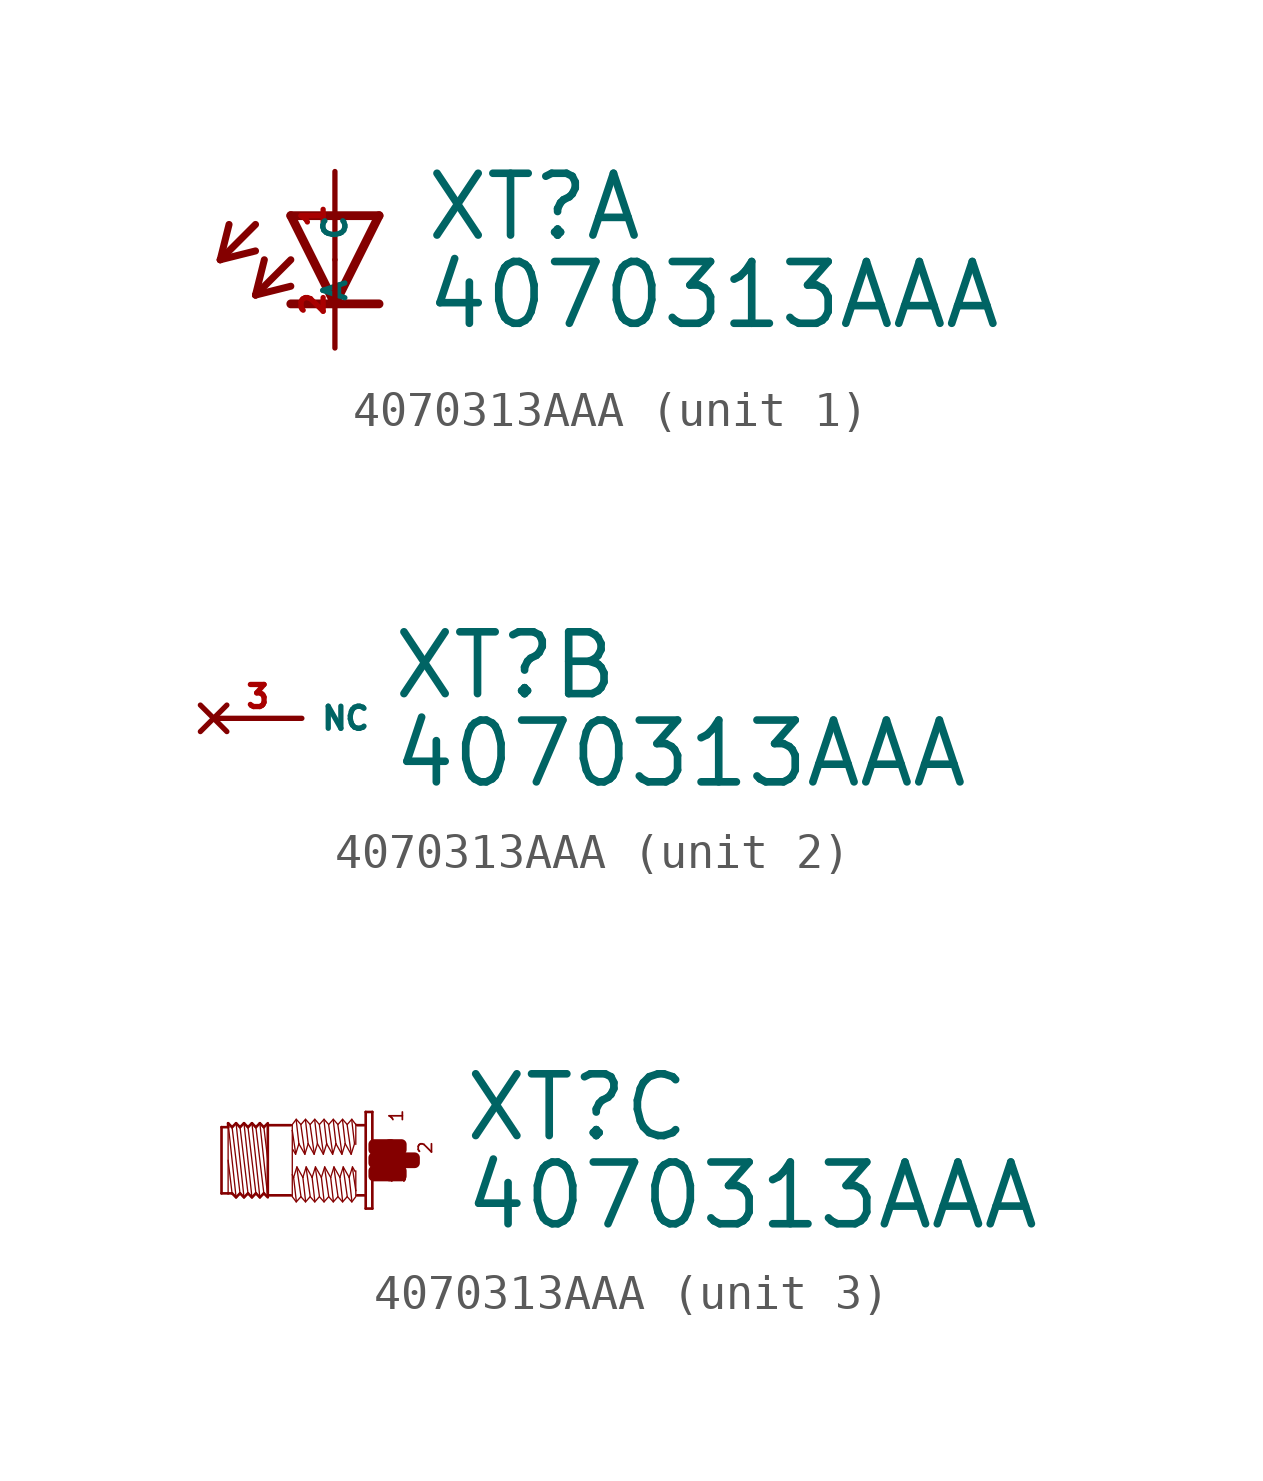
<source format=kicad_sym>
(kicad_symbol_lib
  (version 20220914)
  (generator Eagle2Kicad)
  (symbol "4070313AAA"
    (property "Reference" "XT"
      (at 2.54 0.483 0)
      (effects (font (size 1.778 1.778) (thickness 0.22)) (justify left bottom)))
    (property "Value" "4070313AAA"
      (at 2.54 -2.057 0)
      (effects (font (size 1.778 1.778) (thickness 0.22)) (justify left bottom)))
    (symbol "4070313AAA_1_0"
      (polyline (pts (xy -1.27 1.27) (xy 0 -1.27)) (stroke (width 0.254) (type default)) (fill (type none)))
      (polyline (pts (xy 0 -1.27) (xy 1.27 1.27)) (stroke (width 0.254) (type default)) (fill (type none)))
      (polyline (pts (xy 1.27 -1.27) (xy 0 -1.27)) (stroke (width 0.254) (type default)) (fill (type none)))
      (polyline (pts (xy 1.27 1.27) (xy -1.27 1.27)) (stroke (width 0.254) (type default)) (fill (type none)))
      (polyline (pts (xy 0 -1.27) (xy -1.27 -1.27)) (stroke (width 0.254) (type default)) (fill (type none)))
      (polyline (pts (xy -2.286 1.016) (xy -3.302 0)) (stroke (width 0.203) (type default)) (fill (type none)))
      (polyline (pts (xy -3.302 0) (xy -2.286 0.254)) (stroke (width 0.203) (type default)) (fill (type none)))
      (polyline (pts (xy -3.302 0) (xy -3.048 1.016)) (stroke (width 0.203) (type default)) (fill (type none)))
      (polyline (pts (xy -1.27 0) (xy -2.286 -1.016)) (stroke (width 0.203) (type default)) (fill (type none)))
      (polyline (pts (xy -2.286 -1.016) (xy -1.27 -0.762)) (stroke (width 0.203) (type default)) (fill (type none)))
      (polyline (pts (xy -2.286 -1.016) (xy -2.032 0)) (stroke (width 0.203) (type default)) (fill (type none)))
      (pin passive line (at 0 2.54 270) (length 2.54) (name "A" (effects (font (size 0.635 0.635) (thickness 0.08)) (justify left bottom))) (number "1" (effects (font (size 0.635 0.635) (thickness 0.08)) (justify left bottom))))
      (pin passive line (at 0 -2.54 90) (length 2.54) (name "C" (effects (font (size 0.635 0.635) (thickness 0.08)) (justify left bottom))) (number "2" (effects (font (size 0.635 0.635) (thickness 0.08)) (justify left bottom)))))
    (symbol "4070313AAA_2_0"
      (pin no_connect line (at -2.54 0 0) (length 2.54) (name "NC" (effects (font (size 0.635 0.635) (thickness 0.08)) (justify left bottom) hide)) (number "3" (effects (font (size 0.635 0.635) (thickness 0.08)) (justify left bottom) hide))))
    (symbol "4070313AAA_3_0"
      (polyline (pts (xy -3.048 -1.067) (xy -3.277 1.067)) (stroke (width 0.038) (type default)) (fill (type none)))
      (polyline (pts (xy -3.162 0.953) (xy -3.048 0)) (stroke (width 0.038) (type default)) (fill (type none)))
      (polyline (pts (xy -3.162 -0.953) (xy -3.391 0.953)) (stroke (width 0.038) (type default)) (fill (type none)))
      (polyline (pts (xy -3.277 -1.067) (xy -3.505 1.067)) (stroke (width 0.038) (type default)) (fill (type none)))
      (polyline (pts (xy -3.391 -0.953) (xy -3.619 0.953)) (stroke (width 0.038) (type default)) (fill (type none)))
      (polyline (pts (xy -3.505 -1.067) (xy -3.734 1.067)) (stroke (width 0.038) (type default)) (fill (type none)))
      (polyline (pts (xy -3.619 -0.953) (xy -3.848 0.953)) (stroke (width 0.038) (type default)) (fill (type none)))
      (polyline (pts (xy -3.734 -1.067) (xy -3.962 1.067)) (stroke (width 0.038) (type default)) (fill (type none)))
      (polyline (pts (xy -3.848 -0.953) (xy -4.077 0.953)) (stroke (width 0.038) (type default)) (fill (type none)))
      (polyline (pts (xy -3.962 -1.067) (xy -4.191 1.067)) (stroke (width 0.038) (type default)) (fill (type none)))
      (polyline (pts (xy -4.191 0) (xy -4.077 -0.953)) (stroke (width 0.038) (type default)) (fill (type none)))
      (polyline (pts (xy -4.191 1.029) (xy -4.191 0.953)) (stroke (width 0.038) (type default)) (fill (type none)))
      (polyline (pts (xy -4.191 0.953) (xy -4.191 -0.953)) (stroke (width 0.038) (type default)) (fill (type none)))
      (polyline (pts (xy -4.381 -0.953) (xy -4.381 0.953)) (stroke (width 0.076) (type default)) (fill (type none)))
      (polyline (pts (xy -4.381 0.953) (xy -4.191 0.953)) (stroke (width 0.076) (type default)) (fill (type none)))
      (polyline (pts (xy -4.191 0.953) (xy -4.191 1.067)) (stroke (width 0.076) (type default)) (fill (type none)))
      (polyline (pts (xy -4.191 1.067) (xy -4.077 0.953)) (stroke (width 0.076) (type default)) (fill (type none)))
      (polyline (pts (xy -4.077 0.953) (xy -3.962 1.067)) (stroke (width 0.076) (type default)) (fill (type none)))
      (polyline (pts (xy -3.962 1.067) (xy -3.848 0.953)) (stroke (width 0.076) (type default)) (fill (type none)))
      (polyline (pts (xy -3.848 0.953) (xy -3.734 1.067)) (stroke (width 0.076) (type default)) (fill (type none)))
      (polyline (pts (xy -3.734 1.067) (xy -3.619 0.953)) (stroke (width 0.076) (type default)) (fill (type none)))
      (polyline (pts (xy -3.619 0.953) (xy -3.505 1.067)) (stroke (width 0.076) (type default)) (fill (type none)))
      (polyline (pts (xy -3.277 1.067) (xy -3.162 0.953)) (stroke (width 0.076) (type default)) (fill (type none)))
      (polyline (pts (xy -3.162 0.953) (xy -3.048 1.067)) (stroke (width 0.076) (type default)) (fill (type none)))
      (polyline (pts (xy -3.048 -1.067) (xy -3.162 -0.953)) (stroke (width 0.076) (type default)) (fill (type none)))
      (polyline (pts (xy -3.162 -0.953) (xy -3.277 -1.067)) (stroke (width 0.076) (type default)) (fill (type none)))
      (polyline (pts (xy -3.277 -1.067) (xy -3.391 -0.953)) (stroke (width 0.076) (type default)) (fill (type none)))
      (polyline (pts (xy -3.391 -0.953) (xy -3.505 -1.067)) (stroke (width 0.076) (type default)) (fill (type none)))
      (polyline (pts (xy -3.505 -1.067) (xy -3.619 -0.953)) (stroke (width 0.076) (type default)) (fill (type none)))
      (polyline (pts (xy -3.619 -0.953) (xy -3.734 -1.067)) (stroke (width 0.076) (type default)) (fill (type none)))
      (polyline (pts (xy -3.734 -1.067) (xy -3.848 -0.953)) (stroke (width 0.076) (type default)) (fill (type none)))
      (polyline (pts (xy -3.848 -0.953) (xy -3.962 -1.067)) (stroke (width 0.076) (type default)) (fill (type none)))
      (polyline (pts (xy -3.962 -1.067) (xy -4.077 -0.953)) (stroke (width 0.076) (type default)) (fill (type none)))
      (polyline (pts (xy -4.077 -0.953) (xy -4.191 -0.953)) (stroke (width 0.076) (type default)) (fill (type none)))
      (polyline (pts (xy -4.191 -0.953) (xy -4.381 -0.953)) (stroke (width 0.076) (type default)) (fill (type none)))
      (polyline (pts (xy -3.048 1.029) (xy -3.048 1.01)) (stroke (width 0.076) (type default)) (fill (type none)))
      (polyline (pts (xy -3.048 1.01) (xy -3.048 -1.01)) (stroke (width 0.076) (type default)) (fill (type none)))
      (polyline (pts (xy -3.048 -1.01) (xy -3.048 -1.029)) (stroke (width 0.076) (type default)) (fill (type none)))
      (polyline (pts (xy -0.038 1.391) (xy -0.038 -1.391)) (stroke (width 0.076) (type default)) (fill (type none)))
      (polyline (pts (xy -0.038 -1.391) (xy -0.229 -1.391)) (stroke (width 0.076) (type default)) (fill (type none)))
      (polyline (pts (xy -0.229 -1.391) (xy -0.229 1.391)) (stroke (width 0.076) (type default)) (fill (type none)))
      (polyline (pts (xy -0.229 1.391) (xy -0.038 1.391)) (stroke (width 0.076) (type default)) (fill (type none)))
      (polyline (pts (xy -0.267 1.01) (xy -0.476 1.01)) (stroke (width 0.076) (type default)) (fill (type none)))
      (polyline (pts (xy -0.267 -1.01) (xy -0.476 -1.01)) (stroke (width 0.076) (type default)) (fill (type none)))
      (polyline (pts (xy -2.381 -1.01) (xy -3.048 -1.01)) (stroke (width 0.076) (type default)) (fill (type none)))
      (polyline (pts (xy -3.048 1.01) (xy -2.381 1.01)) (stroke (width 0.076) (type default)) (fill (type none)))
      (polyline (pts (xy -0.514 -1.048) (xy -0.629 -1.2)) (stroke (width 0.038) (type default)) (fill (type none)))
      (polyline (pts (xy -0.629 -1.2) (xy -0.762 -1.048)) (stroke (width 0.038) (type default)) (fill (type none)))
      (polyline (pts (xy -0.762 -1.048) (xy -0.895 -1.2)) (stroke (width 0.038) (type default)) (fill (type none)))
      (polyline (pts (xy -0.895 -1.2) (xy -1.029 -1.048)) (stroke (width 0.038) (type default)) (fill (type none)))
      (polyline (pts (xy -1.029 -1.048) (xy -1.162 -1.2)) (stroke (width 0.038) (type default)) (fill (type none)))
      (polyline (pts (xy -1.162 -1.2) (xy -1.295 -1.048)) (stroke (width 0.038) (type default)) (fill (type none)))
      (polyline (pts (xy -1.295 -1.048) (xy -1.429 -1.2)) (stroke (width 0.038) (type default)) (fill (type none)))
      (polyline (pts (xy -1.429 -1.2) (xy -1.562 -1.048)) (stroke (width 0.038) (type default)) (fill (type none)))
      (polyline (pts (xy -1.562 -1.048) (xy -1.696 -1.2)) (stroke (width 0.038) (type default)) (fill (type none)))
      (polyline (pts (xy -1.696 -1.2) (xy -1.829 -1.048)) (stroke (width 0.038) (type default)) (fill (type none)))
      (polyline (pts (xy -1.829 -1.048) (xy -1.962 -1.2)) (stroke (width 0.038) (type default)) (fill (type none)))
      (polyline (pts (xy -1.962 -1.2) (xy -2.095 -1.048)) (stroke (width 0.038) (type default)) (fill (type none)))
      (polyline (pts (xy -2.095 -1.048) (xy -2.229 -1.2)) (stroke (width 0.038) (type default)) (fill (type none)))
      (polyline (pts (xy -2.229 -1.2) (xy -2.343 -1.048)) (stroke (width 0.038) (type default)) (fill (type none)))
      (polyline (pts (xy -2.343 -1.048) (xy -2.343 -0.419)) (stroke (width 0.038) (type default)) (fill (type none)))
      (polyline (pts (xy -2.343 -0.419) (xy -2.343 0.857)) (stroke (width 0.038) (type default)) (fill (type none)))
      (polyline (pts (xy -2.343 0.857) (xy -2.343 1.029)) (stroke (width 0.038) (type default)) (fill (type none)))
      (polyline (pts (xy -0.514 1.048) (xy -0.514 1.029)) (stroke (width 0.038) (type default)) (fill (type none)))
      (polyline (pts (xy -0.514 1.029) (xy -0.514 0.457)) (stroke (width 0.038) (type default)) (fill (type none)))
      (polyline (pts (xy -0.514 -0.305) (xy -0.514 -0.876)) (stroke (width 0.038) (type default)) (fill (type none)))
      (polyline (pts (xy -0.514 -0.876) (xy -0.514 -1.029)) (stroke (width 0.038) (type default)) (fill (type none)))
      (polyline (pts (xy -0.533 -0.324) (xy -0.61 -0.191)) (stroke (width 0.038) (type default)) (fill (type none)))
      (polyline (pts (xy -0.61 -0.191) (xy -0.705 -0.495)) (stroke (width 0.038) (type default)) (fill (type none)))
      (polyline (pts (xy -0.705 -0.495) (xy -0.876 -0.191)) (stroke (width 0.038) (type default)) (fill (type none)))
      (polyline (pts (xy -0.876 -0.191) (xy -0.972 -0.495)) (stroke (width 0.038) (type default)) (fill (type none)))
      (polyline (pts (xy -0.972 -0.495) (xy -1.143 -0.191)) (stroke (width 0.038) (type default)) (fill (type none)))
      (polyline (pts (xy -1.143 -0.191) (xy -1.238 -0.495)) (stroke (width 0.038) (type default)) (fill (type none)))
      (polyline (pts (xy -1.238 -0.495) (xy -1.41 -0.191)) (stroke (width 0.038) (type default)) (fill (type none)))
      (polyline (pts (xy -1.41 -0.191) (xy -1.505 -0.495)) (stroke (width 0.038) (type default)) (fill (type none)))
      (polyline (pts (xy -1.505 -0.495) (xy -1.676 -0.191)) (stroke (width 0.038) (type default)) (fill (type none)))
      (polyline (pts (xy -1.676 -0.191) (xy -1.772 -0.495)) (stroke (width 0.038) (type default)) (fill (type none)))
      (polyline (pts (xy -1.772 -0.495) (xy -1.943 -0.191)) (stroke (width 0.038) (type default)) (fill (type none)))
      (polyline (pts (xy -1.943 -0.191) (xy -2.038 -0.495)) (stroke (width 0.038) (type default)) (fill (type none)))
      (polyline (pts (xy -2.038 -0.495) (xy -2.21 -0.191)) (stroke (width 0.038) (type default)) (fill (type none)))
      (polyline (pts (xy -2.21 -0.191) (xy -2.305 -0.495)) (stroke (width 0.038) (type default)) (fill (type none)))
      (polyline (pts (xy -2.305 -0.495) (xy -2.343 -0.419)) (stroke (width 0.038) (type default)) (fill (type none)))
      (polyline (pts (xy -2.229 -1.162) (xy -2.305 -0.495)) (stroke (width 0.038) (type default)) (fill (type none)))
      (polyline (pts (xy -2.095 -1.029) (xy -2.21 -0.229)) (stroke (width 0.038) (type default)) (fill (type none)))
      (polyline (pts (xy -1.962 -1.162) (xy -2.038 -0.495)) (stroke (width 0.038) (type default)) (fill (type none)))
      (polyline (pts (xy -1.829 -1.029) (xy -1.943 -0.229)) (stroke (width 0.038) (type default)) (fill (type none)))
      (polyline (pts (xy -1.562 -1.029) (xy -1.676 -0.229)) (stroke (width 0.038) (type default)) (fill (type none)))
      (polyline (pts (xy -1.429 -1.162) (xy -1.505 -0.495)) (stroke (width 0.038) (type default)) (fill (type none)))
      (polyline (pts (xy -1.295 -1.029) (xy -1.41 -0.229)) (stroke (width 0.038) (type default)) (fill (type none)))
      (polyline (pts (xy -1.162 -1.162) (xy -1.238 -0.495)) (stroke (width 0.038) (type default)) (fill (type none)))
      (polyline (pts (xy -1.029 -1.029) (xy -1.143 -0.229)) (stroke (width 0.038) (type default)) (fill (type none)))
      (polyline (pts (xy -0.895 -1.162) (xy -0.972 -0.495)) (stroke (width 0.038) (type default)) (fill (type none)))
      (polyline (pts (xy -0.762 -1.029) (xy -0.876 -0.229)) (stroke (width 0.038) (type default)) (fill (type none)))
      (polyline (pts (xy -0.629 -1.162) (xy -0.705 -0.495)) (stroke (width 0.038) (type default)) (fill (type none)))
      (polyline (pts (xy -0.514 -0.876) (xy -0.61 -0.229)) (stroke (width 0.038) (type default)) (fill (type none)))
      (polyline (pts (xy -2.343 1.029) (xy -2.229 1.181)) (stroke (width 0.038) (type default)) (fill (type none)))
      (polyline (pts (xy -2.229 1.181) (xy -2.095 1.029)) (stroke (width 0.038) (type default)) (fill (type none)))
      (polyline (pts (xy -2.095 1.029) (xy -1.962 1.181)) (stroke (width 0.038) (type default)) (fill (type none)))
      (polyline (pts (xy -1.962 1.181) (xy -1.829 1.029)) (stroke (width 0.038) (type default)) (fill (type none)))
      (polyline (pts (xy -1.829 1.029) (xy -1.696 1.181)) (stroke (width 0.038) (type default)) (fill (type none)))
      (polyline (pts (xy -1.696 1.181) (xy -1.562 1.029)) (stroke (width 0.038) (type default)) (fill (type none)))
      (polyline (pts (xy -1.562 1.029) (xy -1.429 1.181)) (stroke (width 0.038) (type default)) (fill (type none)))
      (polyline (pts (xy -1.429 1.181) (xy -1.295 1.029)) (stroke (width 0.038) (type default)) (fill (type none)))
      (polyline (pts (xy -1.295 1.029) (xy -1.162 1.181)) (stroke (width 0.038) (type default)) (fill (type none)))
      (polyline (pts (xy -1.162 1.181) (xy -1.029 1.029)) (stroke (width 0.038) (type default)) (fill (type none)))
      (polyline (pts (xy -1.029 1.029) (xy -0.895 1.181)) (stroke (width 0.038) (type default)) (fill (type none)))
      (polyline (pts (xy -0.895 1.181) (xy -0.762 1.029)) (stroke (width 0.038) (type default)) (fill (type none)))
      (polyline (pts (xy -0.762 1.029) (xy -0.629 1.181)) (stroke (width 0.038) (type default)) (fill (type none)))
      (polyline (pts (xy -0.629 1.181) (xy -0.514 1.029)) (stroke (width 0.038) (type default)) (fill (type none)))
      (polyline (pts (xy -2.324 0.305) (xy -2.248 0.172)) (stroke (width 0.038) (type default)) (fill (type none)))
      (polyline (pts (xy -2.248 0.172) (xy -2.153 0.476)) (stroke (width 0.038) (type default)) (fill (type none)))
      (polyline (pts (xy -2.153 0.476) (xy -1.981 0.172)) (stroke (width 0.038) (type default)) (fill (type none)))
      (polyline (pts (xy -1.981 0.172) (xy -1.886 0.476)) (stroke (width 0.038) (type default)) (fill (type none)))
      (polyline (pts (xy -1.886 0.476) (xy -1.714 0.172)) (stroke (width 0.038) (type default)) (fill (type none)))
      (polyline (pts (xy -1.714 0.172) (xy -1.619 0.476)) (stroke (width 0.038) (type default)) (fill (type none)))
      (polyline (pts (xy -1.619 0.476) (xy -1.448 0.172)) (stroke (width 0.038) (type default)) (fill (type none)))
      (polyline (pts (xy -1.448 0.172) (xy -1.353 0.476)) (stroke (width 0.038) (type default)) (fill (type none)))
      (polyline (pts (xy -1.353 0.476) (xy -1.181 0.172)) (stroke (width 0.038) (type default)) (fill (type none)))
      (polyline (pts (xy -1.181 0.172) (xy -1.086 0.476)) (stroke (width 0.038) (type default)) (fill (type none)))
      (polyline (pts (xy -1.086 0.476) (xy -0.914 0.172)) (stroke (width 0.038) (type default)) (fill (type none)))
      (polyline (pts (xy -0.914 0.172) (xy -0.819 0.476)) (stroke (width 0.038) (type default)) (fill (type none)))
      (polyline (pts (xy -0.819 0.476) (xy -0.648 0.172)) (stroke (width 0.038) (type default)) (fill (type none)))
      (polyline (pts (xy -0.648 0.172) (xy -0.552 0.476)) (stroke (width 0.038) (type default)) (fill (type none)))
      (polyline (pts (xy -0.629 1.143) (xy -0.552 0.476)) (stroke (width 0.038) (type default)) (fill (type none)))
      (polyline (pts (xy -0.762 1.01) (xy -0.648 0.21)) (stroke (width 0.038) (type default)) (fill (type none)))
      (polyline (pts (xy -0.895 1.143) (xy -0.819 0.476)) (stroke (width 0.038) (type default)) (fill (type none)))
      (polyline (pts (xy -1.029 1.01) (xy -0.914 0.21)) (stroke (width 0.038) (type default)) (fill (type none)))
      (polyline (pts (xy -1.162 1.143) (xy -1.086 0.476)) (stroke (width 0.038) (type default)) (fill (type none)))
      (polyline (pts (xy -1.295 1.01) (xy -1.181 0.21)) (stroke (width 0.038) (type default)) (fill (type none)))
      (polyline (pts (xy -1.429 1.143) (xy -1.353 0.476)) (stroke (width 0.038) (type default)) (fill (type none)))
      (polyline (pts (xy -1.562 1.01) (xy -1.448 0.21)) (stroke (width 0.038) (type default)) (fill (type none)))
      (polyline (pts (xy -1.696 1.143) (xy -1.619 0.476)) (stroke (width 0.038) (type default)) (fill (type none)))
      (polyline (pts (xy -1.829 1.01) (xy -1.714 0.21)) (stroke (width 0.038) (type default)) (fill (type none)))
      (polyline (pts (xy -1.962 1.143) (xy -1.886 0.476)) (stroke (width 0.038) (type default)) (fill (type none)))
      (polyline (pts (xy -2.095 1.01) (xy -1.981 0.21)) (stroke (width 0.038) (type default)) (fill (type none)))
      (polyline (pts (xy -2.229 1.143) (xy -2.153 0.476)) (stroke (width 0.038) (type default)) (fill (type none)))
      (polyline (pts (xy -2.343 0.857) (xy -2.248 0.21)) (stroke (width 0.038) (type default)) (fill (type none)))
      (polyline (pts (xy -1.696 -1.162) (xy -1.772 -0.495)) (stroke (width 0.038) (type default)) (fill (type none)))
      (polyline (pts (xy -3.277 1.067) (xy -3.391 0.953)) (stroke (width 0.076) (type default)) (fill (type none)))
      (polyline (pts (xy -3.391 0.953) (xy -3.505 1.067)) (stroke (width 0.076) (type default)) (fill (type none)))
      (text "1" (at 0.876 1.067 1800) (effects (font (size 0.381 0.381) (thickness 0.05)) (justify left bottom)))
      (text "3" (at 0.953 -0.686 1800) (effects (font (size 0.381 0.381) (thickness 0.05)) (justify left bottom)))
      (text "2" (at 1.714 0.152 1800) (effects (font (size 0.381 0.381) (thickness 0.05)) (justify left bottom)))
      (rectangle (start 0 -0.457) (end 0.495 -0.305) (stroke (width 0.3) (type default)) (fill (type outline)))
      (rectangle (start 0 -0.076) (end 0.876 0.076) (stroke (width 0.3) (type default)) (fill (type outline)))
      (rectangle (start 0.457 -0.457) (end 0.8 -0.305) (stroke (width 0.3) (type default)) (fill (type outline)))
      (rectangle (start 0.838 -0.076) (end 1.181 0.076) (stroke (width 0.3) (type default)) (fill (type outline)))
      (rectangle (start 0.457 0.305) (end 0.8 0.457) (stroke (width 0.3) (type default)) (fill (type outline)))
      (rectangle (start 0 0.305) (end 0.495 0.457) (stroke (width 0.3) (type default)) (fill (type outline))))))
</source>
